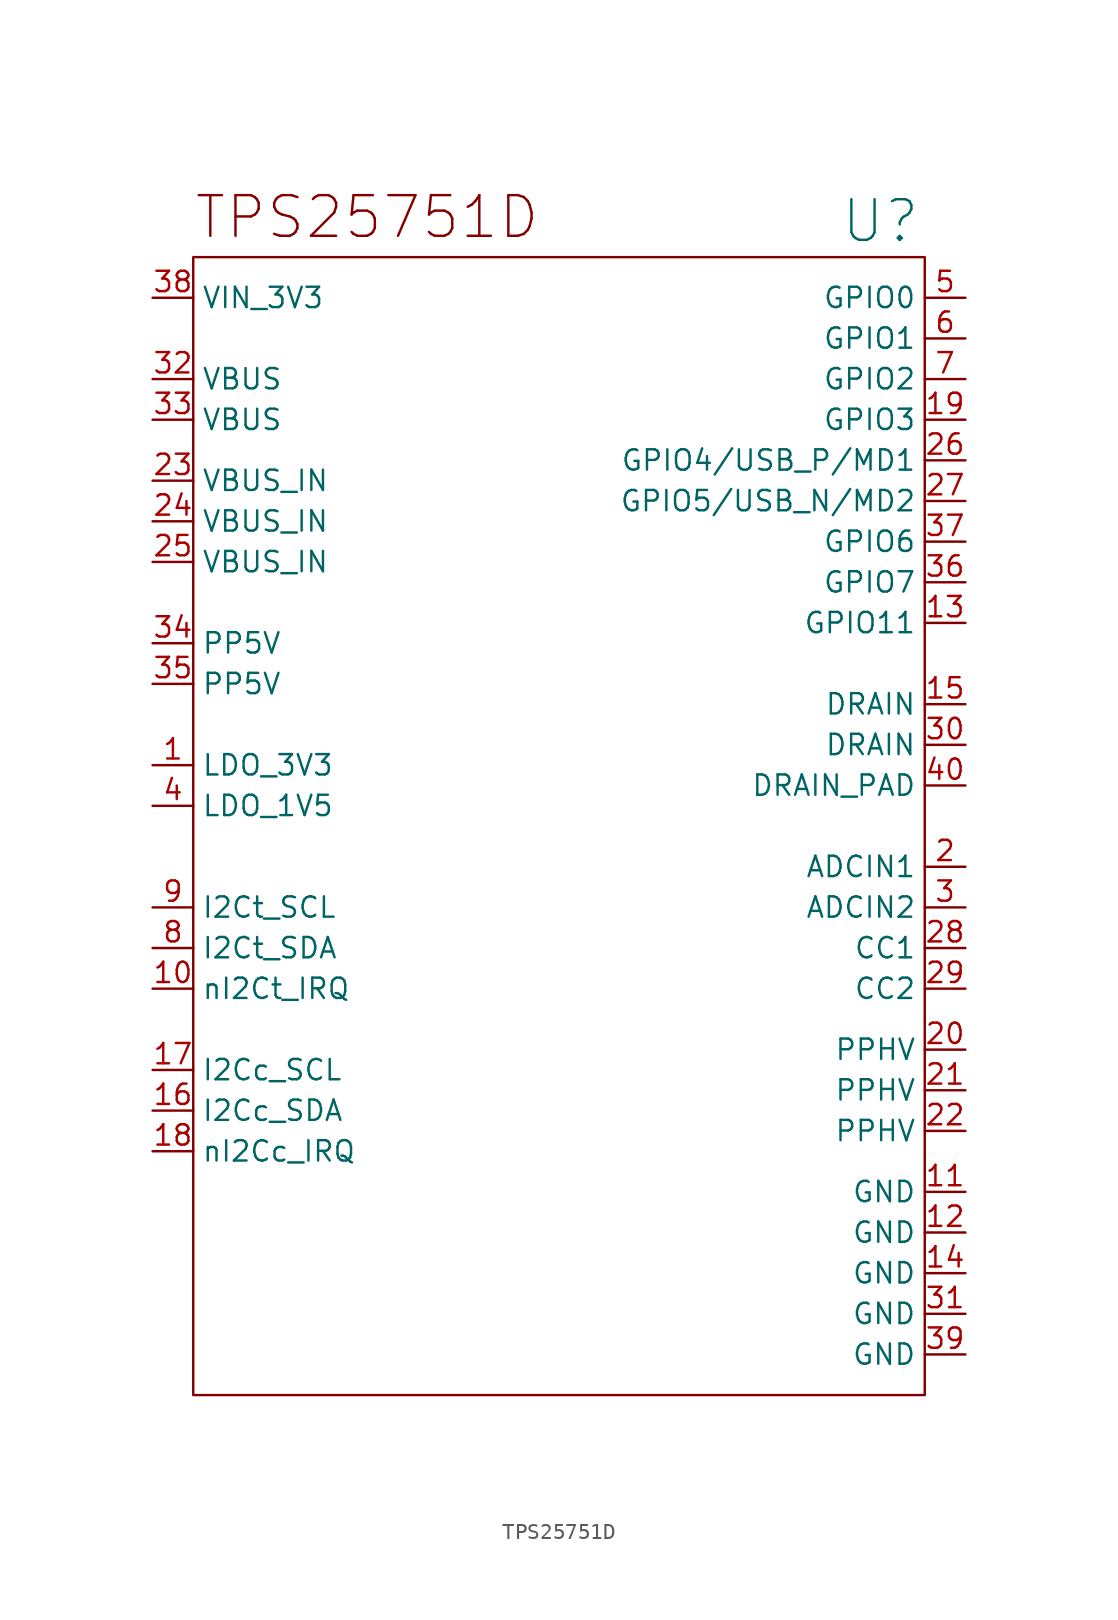
<source format=kicad_sym>
(kicad_symbol_lib
  (version 20241209)
  (generator "kicad_symbol_editor")
  (generator_version "9.0")
  (symbol "TPS25751D"
    (property "Reference" "U"
      (at 22.606 28.702 0)
      (effects (font (size 2.54 2.54)) (justify right bottom)))
    (property "Value" ""
      (at 0 0 0)
      (effects (font (size 1.27 1.27))))
    (symbol "TPS25751D_0_1"
      (rectangle (start -22.86 27.94) (end 22.86 -43.18) (stroke (width 0) (type default)) (fill (type none))))
    (symbol "TPS25751D_1_1"
      (text "TPS25751D" (at -22.86 28.956 0) (effects (font (size 2.54 2.54)) (justify left bottom)))
      (pin power_in line (at -25.4 25.4 0) (length 2.54) (name "VIN_3V3" (effects (font (size 1.27 1.27)))) (number "38" (effects (font (size 1.27 1.27)))))
      (pin power_in line (at -25.4 20.32 0) (length 2.54) (name "VBUS" (effects (font (size 1.27 1.27)))) (number "32" (effects (font (size 1.27 1.27)))))
      (pin power_in line (at -25.4 17.78 0) (length 2.54) (name "VBUS" (effects (font (size 1.27 1.27)))) (number "33" (effects (font (size 1.27 1.27)))))
      (pin power_in line (at -25.4 13.97 0) (length 2.54) (name "VBUS_IN" (effects (font (size 1.27 1.27)))) (number "23" (effects (font (size 1.27 1.27)))))
      (pin power_in line (at -25.4 11.43 0) (length 2.54) (name "VBUS_IN" (effects (font (size 1.27 1.27)))) (number "24" (effects (font (size 1.27 1.27)))))
      (pin power_in line (at -25.4 8.89 0) (length 2.54) (name "VBUS_IN" (effects (font (size 1.27 1.27)))) (number "25" (effects (font (size 1.27 1.27)))))
      (pin power_in line (at -25.4 3.81 0) (length 2.54) (name "PP5V" (effects (font (size 1.27 1.27)))) (number "34" (effects (font (size 1.27 1.27)))))
      (pin power_in line (at -25.4 1.27 0) (length 2.54) (name "PP5V" (effects (font (size 1.27 1.27)))) (number "35" (effects (font (size 1.27 1.27)))))
      (pin power_in line (at -25.4 -3.81 0) (length 2.54) (name "LDO_3V3" (effects (font (size 1.27 1.27)))) (number "1" (effects (font (size 1.27 1.27)))))
      (pin power_in line (at -25.4 -6.35 0) (length 2.54) (name "LDO_1V5" (effects (font (size 1.27 1.27)))) (number "4" (effects (font (size 1.27 1.27)))))
      (pin input line (at -25.4 -12.7 0) (length 2.54) (name "I2Ct_SCL" (effects (font (size 1.27 1.27)))) (number "9" (effects (font (size 1.27 1.27)))))
      (pin bidirectional line (at -25.4 -15.24 0) (length 2.54) (name "I2Ct_SDA" (effects (font (size 1.27 1.27)))) (number "8" (effects (font (size 1.27 1.27)))))
      (pin output line (at -25.4 -17.78 0) (length 2.54) (name "nI2Ct_IRQ" (effects (font (size 1.27 1.27)))) (number "10" (effects (font (size 1.27 1.27)))))
      (pin output line (at -25.4 -22.86 0) (length 2.54) (name "I2Cc_SCL" (effects (font (size 1.27 1.27)))) (number "17" (effects (font (size 1.27 1.27)))))
      (pin bidirectional line (at -25.4 -25.4 0) (length 2.54) (name "I2Cc_SDA" (effects (font (size 1.27 1.27)))) (number "16" (effects (font (size 1.27 1.27)))))
      (pin input line (at -25.4 -27.94 0) (length 2.54) (name "nI2Cc_IRQ" (effects (font (size 1.27 1.27)))) (number "18" (effects (font (size 1.27 1.27)))))
      (pin bidirectional line (at 25.4 25.4 180) (length 2.54) (name "GPIO0" (effects (font (size 1.27 1.27)))) (number "5" (effects (font (size 1.27 1.27)))))
      (pin bidirectional line (at 25.4 22.86 180) (length 2.54) (name "GPIO1" (effects (font (size 1.27 1.27)))) (number "6" (effects (font (size 1.27 1.27)))))
      (pin bidirectional line (at 25.4 20.32 180) (length 2.54) (name "GPIO2" (effects (font (size 1.27 1.27)))) (number "7" (effects (font (size 1.27 1.27)))))
      (pin bidirectional line (at 25.4 17.78 180) (length 2.54) (name "GPIO3" (effects (font (size 1.27 1.27)))) (number "19" (effects (font (size 1.27 1.27)))))
      (pin bidirectional line (at 25.4 15.24 180) (length 2.54) (name "GPIO4/USB_P/MD1" (effects (font (size 1.27 1.27)))) (number "26" (effects (font (size 1.27 1.27)))))
      (pin bidirectional line (at 25.4 12.7 180) (length 2.54) (name "GPIO5/USB_N/MD2" (effects (font (size 1.27 1.27)))) (number "27" (effects (font (size 1.27 1.27)))))
      (pin bidirectional line (at 25.4 10.16 180) (length 2.54) (name "GPIO6" (effects (font (size 1.27 1.27)))) (number "37" (effects (font (size 1.27 1.27)))))
      (pin bidirectional line (at 25.4 7.62 180) (length 2.54) (name "GPIO7" (effects (font (size 1.27 1.27)))) (number "36" (effects (font (size 1.27 1.27)))))
      (pin bidirectional line (at 25.4 5.08 180) (length 2.54) (name "GPIO11" (effects (font (size 1.27 1.27)))) (number "13" (effects (font (size 1.27 1.27)))))
      (pin power_in line (at 25.4 0 180) (length 2.54) (name "DRAIN" (effects (font (size 1.27 1.27)))) (number "15" (effects (font (size 1.27 1.27)))))
      (pin power_in line (at 25.4 -2.54 180) (length 2.54) (name "DRAIN" (effects (font (size 1.27 1.27)))) (number "30" (effects (font (size 1.27 1.27)))))
      (pin power_in line (at 25.4 -5.08 180) (length 2.54) (name "DRAIN_PAD" (effects (font (size 1.27 1.27)))) (number "40" (effects (font (size 1.27 1.27)))))
      (pin input line (at 25.4 -10.16 180) (length 2.54) (name "ADCIN1" (effects (font (size 1.27 1.27)))) (number "2" (effects (font (size 1.27 1.27)))))
      (pin input line (at 25.4 -12.7 180) (length 2.54) (name "ADCIN2" (effects (font (size 1.27 1.27)))) (number "3" (effects (font (size 1.27 1.27)))))
      (pin bidirectional line (at 25.4 -15.24 180) (length 2.54) (name "CC1" (effects (font (size 1.27 1.27)))) (number "28" (effects (font (size 1.27 1.27)))))
      (pin bidirectional line (at 25.4 -17.78 180) (length 2.54) (name "CC2" (effects (font (size 1.27 1.27)))) (number "29" (effects (font (size 1.27 1.27)))))
      (pin power_in line (at 25.4 -21.59 180) (length 2.54) (name "PPHV" (effects (font (size 1.27 1.27)))) (number "20" (effects (font (size 1.27 1.27)))))
      (pin power_in line (at 25.4 -24.13 180) (length 2.54) (name "PPHV" (effects (font (size 1.27 1.27)))) (number "21" (effects (font (size 1.27 1.27)))))
      (pin power_in line (at 25.4 -26.67 180) (length 2.54) (name "PPHV" (effects (font (size 1.27 1.27)))) (number "22" (effects (font (size 1.27 1.27)))))
      (pin power_in line (at 25.4 -30.48 180) (length 2.54) (name "GND" (effects (font (size 1.27 1.27)))) (number "11" (effects (font (size 1.27 1.27)))))
      (pin power_in line (at 25.4 -33.02 180) (length 2.54) (name "GND" (effects (font (size 1.27 1.27)))) (number "12" (effects (font (size 1.27 1.27)))))
      (pin power_in line (at 25.4 -35.56 180) (length 2.54) (name "GND" (effects (font (size 1.27 1.27)))) (number "14" (effects (font (size 1.27 1.27)))))
      (pin power_in line (at 25.4 -38.1 180) (length 2.54) (name "GND" (effects (font (size 1.27 1.27)))) (number "31" (effects (font (size 1.27 1.27)))))
      (pin power_in line (at 25.4 -40.64 180) (length 2.54) (name "GND" (effects (font (size 1.27 1.27)))) (number "39" (effects (font (size 1.27 1.27))))))))
</source>
